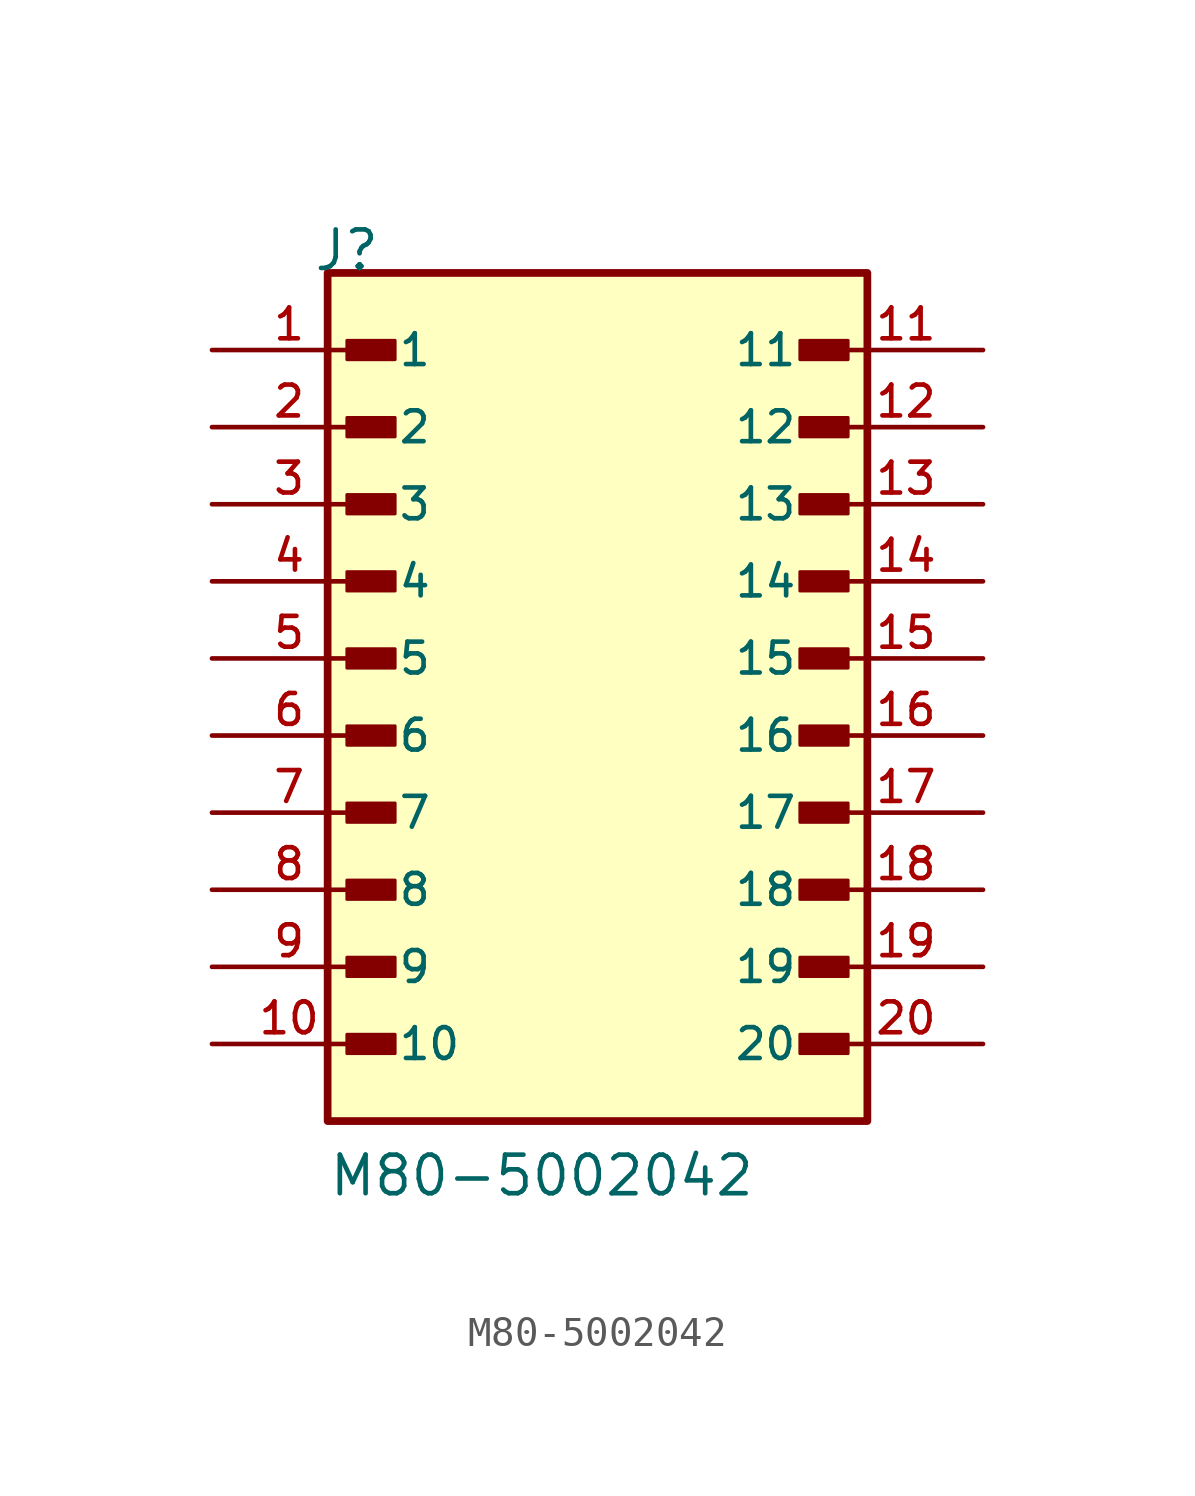
<source format=kicad_sym>
(kicad_symbol_lib
  (version 20211014)
  (generator kicad_symbol_editor)
  (symbol "M80-5002042"
    (pin_names
      (offset 1.016))
    (property "Reference" "J"
      (at -9.39 15.24 0)
      (effects (font (size 1.27 1.27)) (justify bottom left)))
    (property "Value" "M80-5002042"
      (at -8.89 -15.24 0)
      (effects (font (size 1.27 1.27)) (justify bottom left)))
    (symbol "M80-5002042_0_0"
      (rectangle (start -8.255 12.383) (end -6.668 13.018) (stroke (width 0.1)) (fill (type outline)))
      (rectangle (start -8.255 9.842) (end -6.668 10.477) (stroke (width 0.1)) (fill (type outline)))
      (rectangle (start -8.255 7.303) (end -6.668 7.938) (stroke (width 0.1)) (fill (type outline)))
      (rectangle (start -8.255 4.763) (end -6.668 5.397) (stroke (width 0.1)) (fill (type outline)))
      (rectangle (start -8.255 2.223) (end -6.668 2.857) (stroke (width 0.1)) (fill (type outline)))
      (rectangle (start -8.255 -0.318) (end -6.668 0.318) (stroke (width 0.1)) (fill (type outline)))
      (rectangle (start -8.255 -2.857) (end -6.668 -2.223) (stroke (width 0.1)) (fill (type outline)))
      (rectangle (start -8.255 -5.397) (end -6.668 -4.763) (stroke (width 0.1)) (fill (type outline)))
      (rectangle (start -8.255 -7.938) (end -6.668 -7.303) (stroke (width 0.1)) (fill (type outline)))
      (rectangle (start -8.255 -10.477) (end -6.668 -9.842) (stroke (width 0.1)) (fill (type outline)))
      (rectangle (start 8.255 12.383) (end 6.668 13.018) (stroke (width 0.1)) (fill (type outline)))
      (rectangle (start 8.255 9.842) (end 6.668 10.477) (stroke (width 0.1)) (fill (type outline)))
      (rectangle (start 8.255 7.303) (end 6.668 7.938) (stroke (width 0.1)) (fill (type outline)))
      (rectangle (start 8.255 4.763) (end 6.668 5.397) (stroke (width 0.1)) (fill (type outline)))
      (rectangle (start 8.255 2.223) (end 6.668 2.857) (stroke (width 0.1)) (fill (type outline)))
      (rectangle (start 8.255 -0.318) (end 6.668 0.318) (stroke (width 0.1)) (fill (type outline)))
      (rectangle (start 8.255 -2.857) (end 6.668 -2.223) (stroke (width 0.1)) (fill (type outline)))
      (rectangle (start 8.255 -5.397) (end 6.668 -4.763) (stroke (width 0.1)) (fill (type outline)))
      (rectangle (start 8.255 -7.938) (end 6.668 -7.303) (stroke (width 0.1)) (fill (type outline)))
      (rectangle (start 8.255 -10.477) (end 6.668 -9.842) (stroke (width 0.1)) (fill (type outline)))
      (rectangle (start -8.89 -12.7) (end 8.89 15.24) (stroke (width 0.254)) (fill (type background)))
      (pin passive line (at -12.7 12.7 0) (length 5.08) (name "1" (effects (font (size 1.016 1.016)))) (number "1" (effects (font (size 1.016 1.016)))))
      (pin passive line (at -12.7 10.16 0) (length 5.08) (name "2" (effects (font (size 1.016 1.016)))) (number "2" (effects (font (size 1.016 1.016)))))
      (pin passive line (at -12.7 7.62 0) (length 5.08) (name "3" (effects (font (size 1.016 1.016)))) (number "3" (effects (font (size 1.016 1.016)))))
      (pin passive line (at -12.7 5.08 0) (length 5.08) (name "4" (effects (font (size 1.016 1.016)))) (number "4" (effects (font (size 1.016 1.016)))))
      (pin passive line (at -12.7 2.54 0) (length 5.08) (name "5" (effects (font (size 1.016 1.016)))) (number "5" (effects (font (size 1.016 1.016)))))
      (pin passive line (at -12.7 0.0 0) (length 5.08) (name "6" (effects (font (size 1.016 1.016)))) (number "6" (effects (font (size 1.016 1.016)))))
      (pin passive line (at -12.7 -2.54 0) (length 5.08) (name "7" (effects (font (size 1.016 1.016)))) (number "7" (effects (font (size 1.016 1.016)))))
      (pin passive line (at -12.7 -5.08 0) (length 5.08) (name "8" (effects (font (size 1.016 1.016)))) (number "8" (effects (font (size 1.016 1.016)))))
      (pin passive line (at -12.7 -7.62 0) (length 5.08) (name "9" (effects (font (size 1.016 1.016)))) (number "9" (effects (font (size 1.016 1.016)))))
      (pin passive line (at -12.7 -10.16 0) (length 5.08) (name "10" (effects (font (size 1.016 1.016)))) (number "10" (effects (font (size 1.016 1.016)))))
      (pin passive line (at 12.7 12.7 180.0) (length 5.08) (name "11" (effects (font (size 1.016 1.016)))) (number "11" (effects (font (size 1.016 1.016)))))
      (pin passive line (at 12.7 10.16 180.0) (length 5.08) (name "12" (effects (font (size 1.016 1.016)))) (number "12" (effects (font (size 1.016 1.016)))))
      (pin passive line (at 12.7 7.62 180.0) (length 5.08) (name "13" (effects (font (size 1.016 1.016)))) (number "13" (effects (font (size 1.016 1.016)))))
      (pin passive line (at 12.7 5.08 180.0) (length 5.08) (name "14" (effects (font (size 1.016 1.016)))) (number "14" (effects (font (size 1.016 1.016)))))
      (pin passive line (at 12.7 2.54 180.0) (length 5.08) (name "15" (effects (font (size 1.016 1.016)))) (number "15" (effects (font (size 1.016 1.016)))))
      (pin passive line (at 12.7 0.0 180.0) (length 5.08) (name "16" (effects (font (size 1.016 1.016)))) (number "16" (effects (font (size 1.016 1.016)))))
      (pin passive line (at 12.7 -2.54 180.0) (length 5.08) (name "17" (effects (font (size 1.016 1.016)))) (number "17" (effects (font (size 1.016 1.016)))))
      (pin passive line (at 12.7 -5.08 180.0) (length 5.08) (name "18" (effects (font (size 1.016 1.016)))) (number "18" (effects (font (size 1.016 1.016)))))
      (pin passive line (at 12.7 -7.62 180.0) (length 5.08) (name "19" (effects (font (size 1.016 1.016)))) (number "19" (effects (font (size 1.016 1.016)))))
      (pin passive line (at 12.7 -10.16 180.0) (length 5.08) (name "20" (effects (font (size 1.016 1.016)))) (number "20" (effects (font (size 1.016 1.016))))))))
</source>
